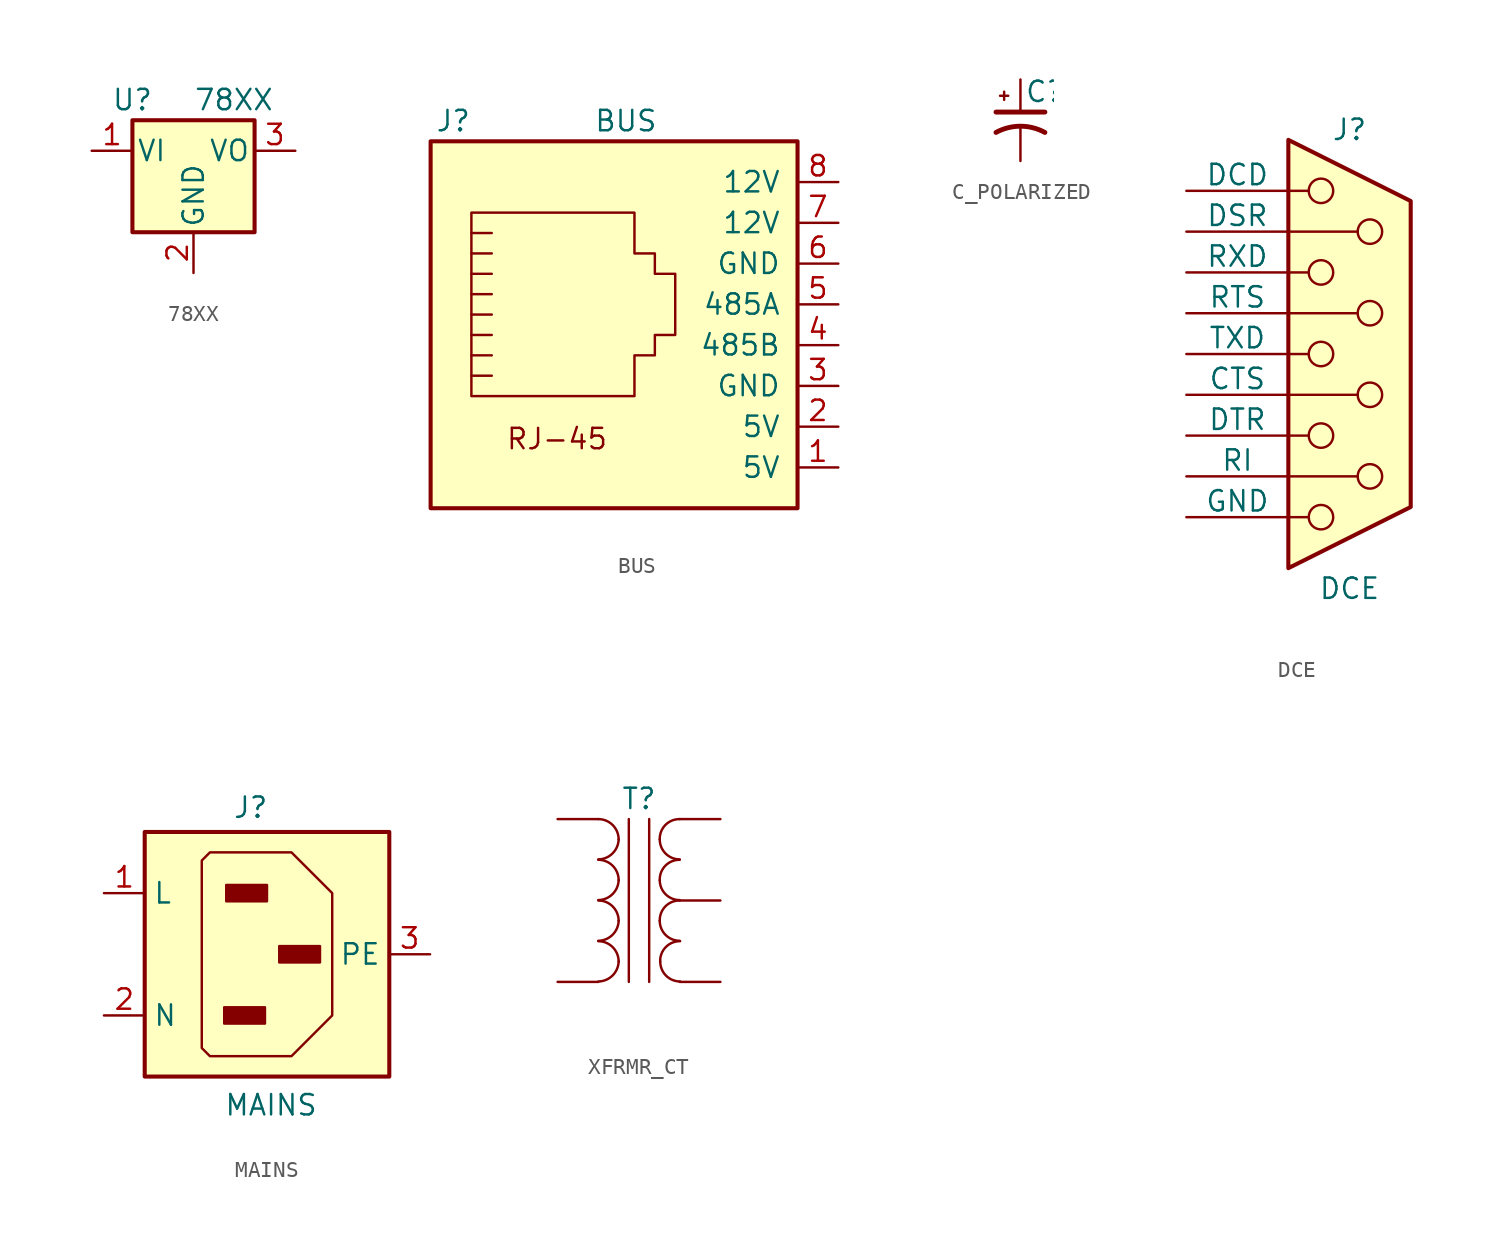
<source format=kicad_sym>
(kicad_symbol_lib
  (version 20241209)
  (generator "kicad_symbol_editor")
  (generator_version "9.0")
  (symbol "78XX"
    (pin_names
      (offset 0.254))
    (property "Reference" "U"
      (at -3.81 3.175 0)
      (effects (font (size 1.27 1.27))))
    (property "Value" "78XX"
      (at 0 3.175 0)
      (effects (font (size 1.27 1.27)) (justify left)))
    (symbol "78XX_0_1"
      (rectangle (start -3.81 1.905) (end 3.81 -5.08) (stroke (width 0.254) (type default)) (fill (type background))))
    (symbol "78XX_1_1"
      (pin unspecified line (at -6.35 0 0) (length 2.54) (name "VI" (effects (font (size 1.27 1.27)))) (number "1" (effects (font (size 1.27 1.27)))))
      (pin unspecified line (at 0 -7.62 90) (length 2.54) (name "GND" (effects (font (size 1.27 1.27)))) (number "2" (effects (font (size 1.27 1.27)))))
      (pin unspecified line (at 6.35 0 180) (length 2.54) (name "VO" (effects (font (size 1.27 1.27)))) (number "3" (effects (font (size 1.27 1.27)))))))
  (symbol "BUS"
    (pin_names
      (offset 1.016))
    (property "Reference" "J"
      (at -5.08 13.97 0)
      (effects (font (size 1.27 1.27)) (justify right)))
    (property "Value" "BUS"
      (at 2.54 13.97 0)
      (effects (font (size 1.27 1.27)) (justify left)))
    (symbol "BUS_0_1"
      (rectangle (start -7.62 12.7) (end 15.24 -10.16) (stroke (width 0.254) (type default)) (fill (type background)))
      (polyline (pts (xy -5.08 3.175) (xy -3.81 3.175) (xy -3.81 3.175)) (stroke (width 0) (type default)) (fill (type none)))
      (polyline (pts (xy -5.08 1.905) (xy -3.81 1.905) (xy -3.81 1.905)) (stroke (width 0) (type default)) (fill (type none)))
      (polyline (pts (xy -5.08 0.635) (xy -3.81 0.635) (xy -3.81 0.635)) (stroke (width 0) (type default)) (fill (type none)))
      (polyline (pts (xy -5.08 -0.635) (xy -3.81 -0.635) (xy -3.81 -0.635)) (stroke (width 0) (type default)) (fill (type none)))
      (polyline (pts (xy -5.08 -1.905) (xy -3.81 -1.905) (xy -3.81 -1.905)) (stroke (width 0) (type default)) (fill (type none)))
      (polyline (pts (xy -5.08 -3.175) (xy -5.08 8.255) (xy 5.08 8.255) (xy 5.08 5.715) (xy 6.35 5.715) (xy 6.35 4.445) (xy 7.62 4.445) (xy 7.62 0.635) (xy 6.35 0.635) (xy 6.35 -0.635) (xy 5.08 -0.635) (xy 5.08 -3.175) (xy -5.08 -3.175) (xy -5.08 -3.175)) (stroke (width 0) (type default)) (fill (type none)))
      (polyline (pts (xy -3.81 6.985) (xy -5.08 6.985)) (stroke (width 0) (type default)) (fill (type none)))
      (polyline (pts (xy -3.81 5.715) (xy -5.08 5.715)) (stroke (width 0) (type default)) (fill (type none)))
      (polyline (pts (xy -3.81 4.445) (xy -5.08 4.445) (xy -5.08 4.445)) (stroke (width 0) (type default)) (fill (type none))))
    (symbol "BUS_1_1"
      (text "RJ-45" (at 0.254 -5.842 0) (effects (font (size 1.27 1.27))))
      (pin passive line (at 17.78 10.16 180) (length 2.54) (name "12V" (effects (font (size 1.27 1.27)))) (number "8" (effects (font (size 1.27 1.27)))))
      (pin passive line (at 17.78 7.62 180) (length 2.54) (name "12V" (effects (font (size 1.27 1.27)))) (number "7" (effects (font (size 1.27 1.27)))))
      (pin passive line (at 17.78 5.08 180) (length 2.54) (name "GND" (effects (font (size 1.27 1.27)))) (number "6" (effects (font (size 1.27 1.27)))))
      (pin passive line (at 17.78 2.54 180) (length 2.54) (name "485A" (effects (font (size 1.27 1.27)))) (number "5" (effects (font (size 1.27 1.27)))))
      (pin passive line (at 17.78 0 180) (length 2.54) (name "485B" (effects (font (size 1.27 1.27)))) (number "4" (effects (font (size 1.27 1.27)))))
      (pin passive line (at 17.78 -2.54 180) (length 2.54) (name "GND" (effects (font (size 1.27 1.27)))) (number "3" (effects (font (size 1.27 1.27)))))
      (pin passive line (at 17.78 -5.08 180) (length 2.54) (name "5V" (effects (font (size 1.27 1.27)))) (number "2" (effects (font (size 1.27 1.27)))))
      (pin passive line (at 17.78 -7.62 180) (length 2.54) (name "5V" (effects (font (size 1.27 1.27)))) (number "1" (effects (font (size 1.27 1.27)))))))
  (symbol "C_POLARIZED"
    (pin_numbers
      (hide yes))
    (pin_names
      (offset 0.254)
      (hide yes))
    (property "Reference" "C"
      (at 0.254 1.778 0)
      (effects (font (size 1.27 1.27)) (justify left)))
    (property "Value" ""
      (at 0.254 -2.032 0)
      (effects (font (size 1.27 1.27)) (justify left)))
    (symbol "C_POLARIZED_0_1"
      (polyline (pts (xy -1.524 0.508) (xy 1.524 0.508)) (stroke (width 0.305) (type default)) (fill (type none)))
      (polyline (pts (xy -1.27 1.524) (xy -0.762 1.524)) (stroke (width 0) (type default)) (fill (type none)))
      (polyline (pts (xy -1.016 1.27) (xy -1.016 1.778)) (stroke (width 0) (type default)) (fill (type none)))
      (arc (start -1.524 -0.762) (mid 0 -0.3734) (end 1.524 -0.762) (stroke (width 0.3048) (type default)) (fill (type none))))
    (symbol "C_POLARIZED_1_1"
      (pin unspecified line (at 0 2.54 270) (length 2.032) (name "~" (effects (font (size 1.27 1.27)))) (number "1" (effects (font (size 1.27 1.27)))))
      (pin unspecified line (at 0 -2.54 90) (length 2.032) (name "~" (effects (font (size 1.27 1.27)))) (number "2" (effects (font (size 1.27 1.27)))))))
  (symbol "DCE"
    (pin_numbers
      (hide yes))
    (pin_names
      (offset 0))
    (property "Reference" "J"
      (at 0 13.97 0)
      (effects (font (size 1.27 1.27))))
    (property "Value" "DCE"
      (at 0 -14.605 0)
      (effects (font (size 1.27 1.27))))
    (symbol "DCE_0_1"
      (polyline (pts (xy -3.81 13.335) (xy -3.81 -13.335) (xy 3.81 -9.525) (xy 3.81 9.525) (xy -3.81 13.335)) (stroke (width 0.254) (type default)) (fill (type background)))
      (polyline (pts (xy -3.81 10.16) (xy -2.54 10.16)) (stroke (width 0) (type default)) (fill (type none)))
      (polyline (pts (xy -3.81 7.62) (xy 0.508 7.62)) (stroke (width 0) (type default)) (fill (type none)))
      (polyline (pts (xy -3.81 5.08) (xy -2.54 5.08)) (stroke (width 0) (type default)) (fill (type none)))
      (polyline (pts (xy -3.81 2.54) (xy 0.508 2.54)) (stroke (width 0) (type default)) (fill (type none)))
      (polyline (pts (xy -3.81 0) (xy -2.54 0)) (stroke (width 0) (type default)) (fill (type none)))
      (polyline (pts (xy -3.81 -2.54) (xy 0.508 -2.54)) (stroke (width 0) (type default)) (fill (type none)))
      (polyline (pts (xy -3.81 -5.08) (xy -2.54 -5.08)) (stroke (width 0) (type default)) (fill (type none)))
      (polyline (pts (xy -3.81 -7.62) (xy 0.508 -7.62)) (stroke (width 0) (type default)) (fill (type none)))
      (polyline (pts (xy -3.81 -10.16) (xy -2.54 -10.16)) (stroke (width 0) (type default)) (fill (type none)))
      (circle (center -1.778 10.16) (radius 0.762) (stroke (width 0) (type default)) (fill (type none)))
      (circle (center -1.778 5.08) (radius 0.762) (stroke (width 0) (type default)) (fill (type none)))
      (circle (center -1.778 0) (radius 0.762) (stroke (width 0) (type default)) (fill (type none)))
      (circle (center -1.778 -5.08) (radius 0.762) (stroke (width 0) (type default)) (fill (type none)))
      (circle (center -1.778 -10.16) (radius 0.762) (stroke (width 0) (type default)) (fill (type none)))
      (circle (center 1.27 7.62) (radius 0.762) (stroke (width 0) (type default)) (fill (type none)))
      (circle (center 1.27 2.54) (radius 0.762) (stroke (width 0) (type default)) (fill (type none)))
      (circle (center 1.27 -2.54) (radius 0.762) (stroke (width 0) (type default)) (fill (type none)))
      (circle (center 1.27 -7.62) (radius 0.762) (stroke (width 0) (type default)) (fill (type none))))
    (symbol "DCE_1_1"
      (pin passive line (at -10.16 10.16 0) (length 6.35) (name "DCD" (effects (font (size 1.27 1.27)))) (number "1" (effects (font (size 1.27 1.27)))))
      (pin passive line (at -10.16 7.62 0) (length 6.35) (name "DSR" (effects (font (size 1.27 1.27)))) (number "6" (effects (font (size 1.27 1.27)))))
      (pin passive line (at -10.16 5.08 0) (length 6.35) (name "RXD" (effects (font (size 1.27 1.27)))) (number "2" (effects (font (size 1.27 1.27)))))
      (pin passive line (at -10.16 2.54 0) (length 6.35) (name "RTS" (effects (font (size 1.27 1.27)))) (number "7" (effects (font (size 1.27 1.27)))))
      (pin passive line (at -10.16 0 0) (length 6.35) (name "TXD" (effects (font (size 1.27 1.27)))) (number "3" (effects (font (size 1.27 1.27)))))
      (pin passive line (at -10.16 -2.54 0) (length 6.35) (name "CTS" (effects (font (size 1.27 1.27)))) (number "8" (effects (font (size 1.27 1.27)))))
      (pin passive line (at -10.16 -5.08 0) (length 6.35) (name "DTR" (effects (font (size 1.27 1.27)))) (number "4" (effects (font (size 1.27 1.27)))))
      (pin passive line (at -10.16 -7.62 0) (length 6.35) (name "RI" (effects (font (size 1.27 1.27)))) (number "9" (effects (font (size 1.27 1.27)))))
      (pin passive line (at -10.16 -10.16 0) (length 6.35) (name "GND" (effects (font (size 1.27 1.27)))) (number "5" (effects (font (size 1.27 1.27)))))))
  (symbol "MAINS"
    (property "Reference" "J"
      (at -1.016 9.144 0)
      (effects (font (size 1.27 1.27))))
    (property "Value" "MAINS"
      (at 0.254 -9.398 0)
      (effects (font (size 1.27 1.27))))
    (symbol "MAINS_1_1"
      (rectangle (start -7.62 7.62) (end 7.62 -7.62) (stroke (width 0.254) (type default)) (fill (type background)))
      (polyline (pts (xy -3.556 -6.35) (xy -4.064 -5.842) (xy -4.064 5.842) (xy -3.556 6.35) (xy 1.524 6.35) (xy 4.064 3.81) (xy 4.064 -3.81) (xy 1.524 -6.35) (xy -3.556 -6.35)) (stroke (width 0) (type default)) (fill (type background)))
      (rectangle (start -2.667 -3.302) (end -0.127 -4.318) (stroke (width 0) (type default)) (fill (type outline)))
      (rectangle (start -2.54 4.318) (end 0 3.302) (stroke (width 0) (type default)) (fill (type outline)))
      (rectangle (start 0.762 0.508) (end 3.302 -0.508) (stroke (width 0) (type default)) (fill (type outline)))
      (pin power_in line (at -10.16 3.81 0) (length 2.54) (name "L" (effects (font (size 1.27 1.27)))) (number "1" (effects (font (size 1.27 1.27)))))
      (pin power_in line (at -10.16 -3.81 0) (length 2.54) (name "N" (effects (font (size 1.27 1.27)))) (number "2" (effects (font (size 1.27 1.27)))))
      (pin bidirectional line (at 10.16 0 180) (length 2.54) (name "PE" (effects (font (size 1.27 1.27)))) (number "3" (effects (font (size 1.27 1.27)))))))
  (symbol "XFRMR_CT"
    (pin_numbers
      (hide yes))
    (pin_names
      (offset 1.016)
      (hide yes))
    (property "Reference" "T"
      (at 0 6.35 0)
      (effects (font (size 1.27 1.27))))
    (property "Value" ""
      (at 0 -7.62 0)
      (effects (font (size 1.27 1.27))))
    (symbol "XFRMR_CT_0_1"
      (arc (start -1.27 3.81) (mid -1.656 2.9336) (end -2.54 2.5654) (stroke (width 0) (type default)) (fill (type none)))
      (arc (start -1.27 1.27) (mid -1.656 0.3936) (end -2.54 0.0254) (stroke (width 0) (type default)) (fill (type none)))
      (arc (start -1.27 -1.27) (mid -1.656 -2.1464) (end -2.54 -2.5146) (stroke (width 0) (type default)) (fill (type none)))
      (arc (start -1.27 -3.81) (mid -1.656 -4.6864) (end -2.54 -5.0546) (stroke (width 0) (type default)) (fill (type none)))
      (arc (start -2.54 5.08) (mid -1.642 4.708) (end -1.27 3.81) (stroke (width 0) (type default)) (fill (type none)))
      (arc (start -2.54 2.54) (mid -1.642 2.168) (end -1.27 1.27) (stroke (width 0) (type default)) (fill (type none)))
      (arc (start -2.54 0) (mid -1.642 -0.372) (end -1.27 -1.27) (stroke (width 0) (type default)) (fill (type none)))
      (arc (start -2.54 -2.54) (mid -1.642 -2.912) (end -1.27 -3.81) (stroke (width 0) (type default)) (fill (type none)))
      (polyline (pts (xy -0.635 5.08) (xy -0.635 -5.08)) (stroke (width 0) (type default)) (fill (type none)))
      (polyline (pts (xy 0.635 -5.08) (xy 0.635 5.08)) (stroke (width 0) (type default)) (fill (type none)))
      (arc (start 1.2954 3.81) (mid 1.6457 4.7117) (end 2.54 5.08) (stroke (width 0) (type default)) (fill (type none)))
      (arc (start 1.2954 1.27) (mid 1.6457 2.1717) (end 2.54 2.54) (stroke (width 0) (type default)) (fill (type none)))
      (arc (start 1.2954 -1.27) (mid 1.6457 -0.3683) (end 2.54 0) (stroke (width 0) (type default)) (fill (type none)))
      (arc (start 2.54 2.5654) (mid 1.6599 2.9299) (end 1.2954 3.81) (stroke (width 0) (type default)) (fill (type none)))
      (arc (start 2.54 0.0254) (mid 1.6599 0.3899) (end 1.2954 1.27) (stroke (width 0) (type default)) (fill (type none)))
      (arc (start 2.54 -2.5146) (mid 1.6599 -2.1501) (end 1.2954 -1.27) (stroke (width 0) (type default)) (fill (type none)))
      (arc (start 1.3208 -3.81) (mid 1.6711 -2.9085) (end 2.5654 -2.54) (stroke (width 0) (type default)) (fill (type none)))
      (arc (start 2.5654 -5.0546) (mid 1.6851 -4.6902) (end 1.3208 -3.81) (stroke (width 0) (type default)) (fill (type none))))
    (symbol "XFRMR_CT_1_1"
      (pin unspecified line (at -5.08 5.08 0) (length 2.54) (name "P+" (effects (font (size 1.27 1.27)))) (number "1" (effects (font (size 1.27 1.27)))))
      (pin unspecified line (at -5.08 -5.08 0) (length 2.54) (name "P-" (effects (font (size 1.27 1.27)))) (number "2" (effects (font (size 1.27 1.27)))))
      (pin unspecified line (at 5.08 5.08 180) (length 2.54) (name "S+" (effects (font (size 1.27 1.27)))) (number "5" (effects (font (size 1.27 1.27)))))
      (pin unspecified line (at 5.08 0 180) (length 2.54) (name "CT" (effects (font (size 1.27 1.27)))) (number "4" (effects (font (size 1.27 1.27)))))
      (pin unspecified line (at 5.08 -5.08 180) (length 2.54) (name "S-" (effects (font (size 1.27 1.27)))) (number "3" (effects (font (size 1.27 1.27))))))))
</source>
